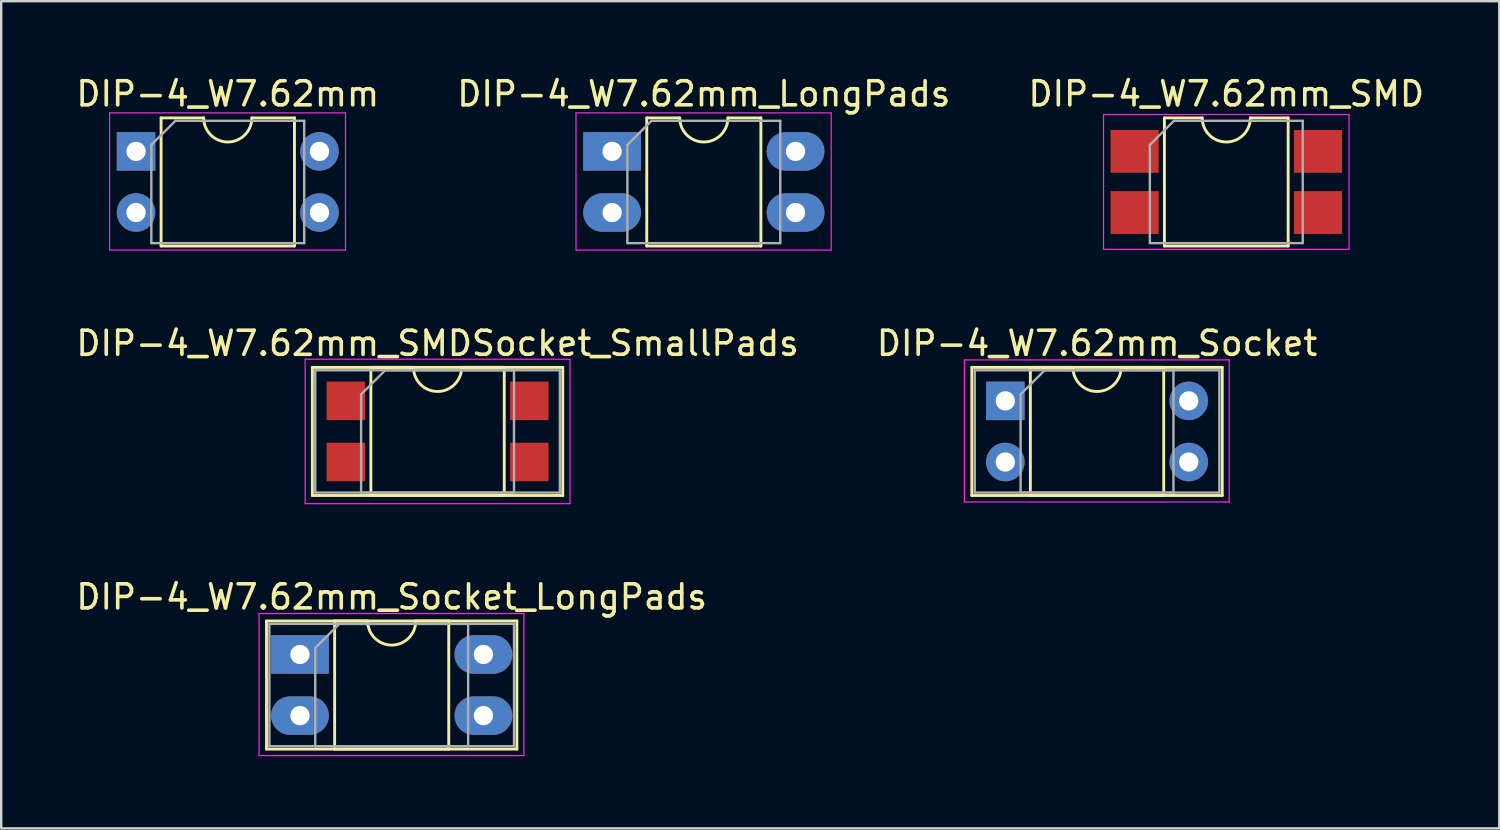
<source format=kicad_pcb>
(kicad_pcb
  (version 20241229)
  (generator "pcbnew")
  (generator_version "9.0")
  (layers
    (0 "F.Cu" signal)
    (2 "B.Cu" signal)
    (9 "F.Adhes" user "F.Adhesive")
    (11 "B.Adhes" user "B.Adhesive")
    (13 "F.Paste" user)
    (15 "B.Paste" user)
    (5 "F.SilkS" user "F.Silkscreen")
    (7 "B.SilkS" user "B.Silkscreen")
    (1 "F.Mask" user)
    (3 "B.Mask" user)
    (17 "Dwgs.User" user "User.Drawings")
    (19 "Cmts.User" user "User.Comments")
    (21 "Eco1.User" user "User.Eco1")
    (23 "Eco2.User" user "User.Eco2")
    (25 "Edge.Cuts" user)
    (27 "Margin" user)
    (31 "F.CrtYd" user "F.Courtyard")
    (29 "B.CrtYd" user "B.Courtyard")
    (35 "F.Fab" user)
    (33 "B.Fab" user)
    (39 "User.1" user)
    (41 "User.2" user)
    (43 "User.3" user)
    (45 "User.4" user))
  (footprint "DIP-4_W7.62mm_LongPads"
    (layer "F.Cu")
    (at 22.375 3.238)
    (property "Reference" "DIP-4_W7.62mm_LongPads" (at 3.81 -2.39 0) (layer "F.SilkS") (effects (font (size 1 1) (thickness 0.15))))
    (attr through_hole)
    (fp_line (start 1.44 -1.39) (end 1.44 3.93) (stroke (width 0.12) (type solid)) (layer "F.SilkS"))
    (fp_line (start 1.44 3.93) (end 6.18 3.93) (stroke (width 0.12) (type solid)) (layer "F.SilkS"))
    (fp_line (start 2.81 -1.39) (end 1.44 -1.39) (stroke (width 0.12) (type solid)) (layer "F.SilkS"))
    (fp_line (start 6.18 -1.39) (end 4.81 -1.39) (stroke (width 0.12) (type solid)) (layer "F.SilkS"))
    (fp_line (start 6.18 3.93) (end 6.18 -1.39) (stroke (width 0.12) (type solid)) (layer "F.SilkS"))
    (fp_arc (start 4.81 -1.39) (mid 3.81 -0.39) (end 2.81 -1.39) (stroke (width 0.12) (type solid)) (layer "F.SilkS"))
    (fp_line (start -1.5 -1.6) (end -1.5 4.1) (stroke (width 0.05) (type solid)) (layer "F.CrtYd"))
    (fp_line (start -1.5 4.1) (end 9.1 4.1) (stroke (width 0.05) (type solid)) (layer "F.CrtYd"))
    (fp_line (start 9.1 -1.6) (end -1.5 -1.6) (stroke (width 0.05) (type solid)) (layer "F.CrtYd"))
    (fp_line (start 9.1 4.1) (end 9.1 -1.6) (stroke (width 0.05) (type solid)) (layer "F.CrtYd"))
    (fp_line (start 0.635 -0.27) (end 1.635 -1.27) (stroke (width 0.1) (type solid)) (layer "F.Fab"))
    (fp_line (start 0.635 3.81) (end 0.635 -0.27) (stroke (width 0.1) (type solid)) (layer "F.Fab"))
    (fp_line (start 1.635 -1.27) (end 6.985 -1.27) (stroke (width 0.1) (type solid)) (layer "F.Fab"))
    (fp_line (start 6.985 -1.27) (end 6.985 3.81) (stroke (width 0.1) (type solid)) (layer "F.Fab"))
    (fp_line (start 6.985 3.81) (end 0.635 3.81) (stroke (width 0.1) (type solid)) (layer "F.Fab"))
    (pad "1" thru_hole rect (at 0 0) (size 2.4 1.6) (drill 0.8) (layers "*.Cu" "*.Mask"))
    (pad "2" thru_hole oval (at 0 2.54) (size 2.4 1.6) (drill 0.8) (layers "*.Cu" "*.Mask"))
    (pad "3" thru_hole oval (at 7.62 2.54) (size 2.4 1.6) (drill 0.8) (layers "*.Cu" "*.Mask"))
    (pad "4" thru_hole oval (at 7.62 0) (size 2.4 1.6) (drill 0.8) (layers "*.Cu" "*.Mask")))
  (footprint "DIP-4_W7.62mm_Socket_LongPads"
    (layer "F.Cu")
    (at 9.41 24.135)
    (property "Reference" "DIP-4_W7.62mm_Socket_LongPads" (at 3.81 -2.39 0) (layer "F.SilkS") (effects (font (size 1 1) (thickness 0.15))))
    (attr through_hole)
    (fp_line (start -1.39 -1.39) (end -1.39 3.93) (stroke (width 0.12) (type solid)) (layer "F.SilkS"))
    (fp_line (start -1.39 3.93) (end 9.01 3.93) (stroke (width 0.12) (type solid)) (layer "F.SilkS"))
    (fp_line (start 1.44 -1.39) (end 1.44 3.93) (stroke (width 0.12) (type solid)) (layer "F.SilkS"))
    (fp_line (start 1.44 3.93) (end 6.18 3.93) (stroke (width 0.12) (type solid)) (layer "F.SilkS"))
    (fp_line (start 2.81 -1.39) (end 1.44 -1.39) (stroke (width 0.12) (type solid)) (layer "F.SilkS"))
    (fp_line (start 6.18 -1.39) (end 4.81 -1.39) (stroke (width 0.12) (type solid)) (layer "F.SilkS"))
    (fp_line (start 6.18 3.93) (end 6.18 -1.39) (stroke (width 0.12) (type solid)) (layer "F.SilkS"))
    (fp_line (start 9.01 -1.39) (end -1.39 -1.39) (stroke (width 0.12) (type solid)) (layer "F.SilkS"))
    (fp_line (start 9.01 3.93) (end 9.01 -1.39) (stroke (width 0.12) (type solid)) (layer "F.SilkS"))
    (fp_arc (start 4.81 -1.39) (mid 3.81 -0.39) (end 2.81 -1.39) (stroke (width 0.12) (type solid)) (layer "F.SilkS"))
    (fp_line (start -1.7 -1.7) (end -1.7 4.2) (stroke (width 0.05) (type solid)) (layer "F.CrtYd"))
    (fp_line (start -1.7 4.2) (end 9.3 4.2) (stroke (width 0.05) (type solid)) (layer "F.CrtYd"))
    (fp_line (start 9.3 -1.7) (end -1.7 -1.7) (stroke (width 0.05) (type solid)) (layer "F.CrtYd"))
    (fp_line (start 9.3 4.2) (end 9.3 -1.7) (stroke (width 0.05) (type solid)) (layer "F.CrtYd"))
    (fp_line (start -1.27 -1.27) (end -1.27 3.81) (stroke (width 0.1) (type solid)) (layer "F.Fab"))
    (fp_line (start -1.27 3.81) (end 8.89 3.81) (stroke (width 0.1) (type solid)) (layer "F.Fab"))
    (fp_line (start 0.635 -0.27) (end 1.635 -1.27) (stroke (width 0.1) (type solid)) (layer "F.Fab"))
    (fp_line (start 0.635 3.81) (end 0.635 -0.27) (stroke (width 0.1) (type solid)) (layer "F.Fab"))
    (fp_line (start 1.635 -1.27) (end 6.985 -1.27) (stroke (width 0.1) (type solid)) (layer "F.Fab"))
    (fp_line (start 6.985 -1.27) (end 6.985 3.81) (stroke (width 0.1) (type solid)) (layer "F.Fab"))
    (fp_line (start 6.985 3.81) (end 0.635 3.81) (stroke (width 0.1) (type solid)) (layer "F.Fab"))
    (fp_line (start 8.89 -1.27) (end -1.27 -1.27) (stroke (width 0.1) (type solid)) (layer "F.Fab"))
    (fp_line (start 8.89 3.81) (end 8.89 -1.27) (stroke (width 0.1) (type solid)) (layer "F.Fab"))
    (pad "1" thru_hole rect (at 0 0) (size 2.4 1.6) (drill 0.8) (layers "*.Cu" "*.Mask"))
    (pad "2" thru_hole oval (at 0 2.54) (size 2.4 1.6) (drill 0.8) (layers "*.Cu" "*.Mask"))
    (pad "3" thru_hole oval (at 7.62 2.54) (size 2.4 1.6) (drill 0.8) (layers "*.Cu" "*.Mask"))
    (pad "4" thru_hole oval (at 7.62 0) (size 2.4 1.6) (drill 0.8) (layers "*.Cu" "*.Mask")))
  (footprint "DIP-4_W7.62mm_SMD"
    (layer "F.Cu")
    (at 47.887 4.508)
    (property "Reference" "DIP-4_W7.62mm_SMD" (at 0 -3.66 0) (layer "F.SilkS") (effects (font (size 1 1) (thickness 0.15))))
    (attr smd)
    (fp_line (start -2.57 -2.66) (end -2.57 2.66) (stroke (width 0.12) (type solid)) (layer "F.SilkS"))
    (fp_line (start -2.57 2.66) (end 2.57 2.66) (stroke (width 0.12) (type solid)) (layer "F.SilkS"))
    (fp_line (start -1 -2.66) (end -2.57 -2.66) (stroke (width 0.12) (type solid)) (layer "F.SilkS"))
    (fp_line (start 2.57 -2.66) (end 1 -2.66) (stroke (width 0.12) (type solid)) (layer "F.SilkS"))
    (fp_line (start 2.57 2.66) (end 2.57 -2.66) (stroke (width 0.12) (type solid)) (layer "F.SilkS"))
    (fp_arc (start 1 -2.66) (mid 0 -1.66) (end -1 -2.66) (stroke (width 0.12) (type solid)) (layer "F.SilkS"))
    (fp_line (start -5.1 -2.8) (end -5.1 2.8) (stroke (width 0.05) (type solid)) (layer "F.CrtYd"))
    (fp_line (start -5.1 2.8) (end 5.1 2.8) (stroke (width 0.05) (type solid)) (layer "F.CrtYd"))
    (fp_line (start 5.1 -2.8) (end -5.1 -2.8) (stroke (width 0.05) (type solid)) (layer "F.CrtYd"))
    (fp_line (start 5.1 2.8) (end 5.1 -2.8) (stroke (width 0.05) (type solid)) (layer "F.CrtYd"))
    (fp_line (start -3.175 -1.54) (end -2.175 -2.54) (stroke (width 0.1) (type solid)) (layer "F.Fab"))
    (fp_line (start -3.175 2.54) (end -3.175 -1.54) (stroke (width 0.1) (type solid)) (layer "F.Fab"))
    (fp_line (start -2.175 -2.54) (end 3.175 -2.54) (stroke (width 0.1) (type solid)) (layer "F.Fab"))
    (fp_line (start 3.175 -2.54) (end 3.175 2.54) (stroke (width 0.1) (type solid)) (layer "F.Fab"))
    (fp_line (start 3.175 2.54) (end -3.175 2.54) (stroke (width 0.1) (type solid)) (layer "F.Fab"))
    (pad "1" smd rect (at -3.81 -1.27) (size 2 1.78) (layers "F.Cu" "F.Mask"))
    (pad "2" smd rect (at -3.81 1.27) (size 2 1.78) (layers "F.Cu" "F.Mask"))
    (pad "3" smd rect (at 3.81 1.27) (size 2 1.78) (layers "F.Cu" "F.Mask"))
    (pad "4" smd rect (at 3.81 -1.27) (size 2 1.78) (layers "F.Cu" "F.Mask")))
  (footprint "DIP-4_W7.62mm"
    (layer "F.Cu")
    (at 2.601 3.238)
    (property "Reference" "DIP-4_W7.62mm" (at 3.81 -2.39 0) (layer "F.SilkS") (effects (font (size 1 1) (thickness 0.15))))
    (attr through_hole)
    (fp_line (start 1.04 -1.39) (end 1.04 3.93) (stroke (width 0.12) (type solid)) (layer "F.SilkS"))
    (fp_line (start 1.04 3.93) (end 6.58 3.93) (stroke (width 0.12) (type solid)) (layer "F.SilkS"))
    (fp_line (start 2.81 -1.39) (end 1.04 -1.39) (stroke (width 0.12) (type solid)) (layer "F.SilkS"))
    (fp_line (start 6.58 -1.39) (end 4.81 -1.39) (stroke (width 0.12) (type solid)) (layer "F.SilkS"))
    (fp_line (start 6.58 3.93) (end 6.58 -1.39) (stroke (width 0.12) (type solid)) (layer "F.SilkS"))
    (fp_arc (start 4.81 -1.39) (mid 3.81 -0.39) (end 2.81 -1.39) (stroke (width 0.12) (type solid)) (layer "F.SilkS"))
    (fp_line (start -1.1 -1.6) (end -1.1 4.1) (stroke (width 0.05) (type solid)) (layer "F.CrtYd"))
    (fp_line (start -1.1 4.1) (end 8.7 4.1) (stroke (width 0.05) (type solid)) (layer "F.CrtYd"))
    (fp_line (start 8.7 -1.6) (end -1.1 -1.6) (stroke (width 0.05) (type solid)) (layer "F.CrtYd"))
    (fp_line (start 8.7 4.1) (end 8.7 -1.6) (stroke (width 0.05) (type solid)) (layer "F.CrtYd"))
    (fp_line (start 0.635 -0.27) (end 1.635 -1.27) (stroke (width 0.1) (type solid)) (layer "F.Fab"))
    (fp_line (start 0.635 3.81) (end 0.635 -0.27) (stroke (width 0.1) (type solid)) (layer "F.Fab"))
    (fp_line (start 1.635 -1.27) (end 6.985 -1.27) (stroke (width 0.1) (type solid)) (layer "F.Fab"))
    (fp_line (start 6.985 -1.27) (end 6.985 3.81) (stroke (width 0.1) (type solid)) (layer "F.Fab"))
    (fp_line (start 6.985 3.81) (end 0.635 3.81) (stroke (width 0.1) (type solid)) (layer "F.Fab"))
    (pad "1" thru_hole rect (at 0 0) (size 1.6 1.6) (drill 0.8) (layers "*.Cu" "*.Mask"))
    (pad "2" thru_hole oval (at 0 2.54) (size 1.6 1.6) (drill 0.8) (layers "*.Cu" "*.Mask"))
    (pad "3" thru_hole oval (at 7.62 2.54) (size 1.6 1.6) (drill 0.8) (layers "*.Cu" "*.Mask"))
    (pad "4" thru_hole oval (at 7.62 0) (size 1.6 1.6) (drill 0.8) (layers "*.Cu" "*.Mask")))
  (footprint "DIP-4_W7.62mm_Socket"
    (layer "F.Cu")
    (at 38.708 13.601)
    (property "Reference" "DIP-4_W7.62mm_Socket" (at 3.81 -2.39 0) (layer "F.SilkS") (effects (font (size 1 1) (thickness 0.15))))
    (attr through_hole)
    (fp_line (start -1.39 -1.39) (end -1.39 3.93) (stroke (width 0.12) (type solid)) (layer "F.SilkS"))
    (fp_line (start -1.39 3.93) (end 9.01 3.93) (stroke (width 0.12) (type solid)) (layer "F.SilkS"))
    (fp_line (start 1.04 -1.39) (end 1.04 3.93) (stroke (width 0.12) (type solid)) (layer "F.SilkS"))
    (fp_line (start 1.04 3.93) (end 6.58 3.93) (stroke (width 0.12) (type solid)) (layer "F.SilkS"))
    (fp_line (start 2.81 -1.39) (end 1.04 -1.39) (stroke (width 0.12) (type solid)) (layer "F.SilkS"))
    (fp_line (start 6.58 -1.39) (end 4.81 -1.39) (stroke (width 0.12) (type solid)) (layer "F.SilkS"))
    (fp_line (start 6.58 3.93) (end 6.58 -1.39) (stroke (width 0.12) (type solid)) (layer "F.SilkS"))
    (fp_line (start 9.01 -1.39) (end -1.39 -1.39) (stroke (width 0.12) (type solid)) (layer "F.SilkS"))
    (fp_line (start 9.01 3.93) (end 9.01 -1.39) (stroke (width 0.12) (type solid)) (layer "F.SilkS"))
    (fp_arc (start 4.81 -1.39) (mid 3.81 -0.39) (end 2.81 -1.39) (stroke (width 0.12) (type solid)) (layer "F.SilkS"))
    (fp_line (start -1.7 -1.7) (end -1.7 4.2) (stroke (width 0.05) (type solid)) (layer "F.CrtYd"))
    (fp_line (start -1.7 4.2) (end 9.3 4.2) (stroke (width 0.05) (type solid)) (layer "F.CrtYd"))
    (fp_line (start 9.3 -1.7) (end -1.7 -1.7) (stroke (width 0.05) (type solid)) (layer "F.CrtYd"))
    (fp_line (start 9.3 4.2) (end 9.3 -1.7) (stroke (width 0.05) (type solid)) (layer "F.CrtYd"))
    (fp_line (start -1.27 -1.27) (end -1.27 3.81) (stroke (width 0.1) (type solid)) (layer "F.Fab"))
    (fp_line (start -1.27 3.81) (end 8.89 3.81) (stroke (width 0.1) (type solid)) (layer "F.Fab"))
    (fp_line (start 0.635 -0.27) (end 1.635 -1.27) (stroke (width 0.1) (type solid)) (layer "F.Fab"))
    (fp_line (start 0.635 3.81) (end 0.635 -0.27) (stroke (width 0.1) (type solid)) (layer "F.Fab"))
    (fp_line (start 1.635 -1.27) (end 6.985 -1.27) (stroke (width 0.1) (type solid)) (layer "F.Fab"))
    (fp_line (start 6.985 -1.27) (end 6.985 3.81) (stroke (width 0.1) (type solid)) (layer "F.Fab"))
    (fp_line (start 6.985 3.81) (end 0.635 3.81) (stroke (width 0.1) (type solid)) (layer "F.Fab"))
    (fp_line (start 8.89 -1.27) (end -1.27 -1.27) (stroke (width 0.1) (type solid)) (layer "F.Fab"))
    (fp_line (start 8.89 3.81) (end 8.89 -1.27) (stroke (width 0.1) (type solid)) (layer "F.Fab"))
    (pad "1" thru_hole rect (at 0 0) (size 1.6 1.6) (drill 0.8) (layers "*.Cu" "*.Mask"))
    (pad "2" thru_hole oval (at 0 2.54) (size 1.6 1.6) (drill 0.8) (layers "*.Cu" "*.Mask"))
    (pad "3" thru_hole oval (at 7.62 2.54) (size 1.6 1.6) (drill 0.8) (layers "*.Cu" "*.Mask"))
    (pad "4" thru_hole oval (at 7.62 0) (size 1.6 1.6) (drill 0.8) (layers "*.Cu" "*.Mask")))
  (footprint "DIP-4_W7.62mm_SMDSocket_SmallPads"
    (layer "F.Cu")
    (at 15.125 14.871)
    (property "Reference" "DIP-4_W7.62mm_SMDSocket_SmallPads" (at 0 -3.66 0) (layer "F.SilkS") (effects (font (size 1 1) (thickness 0.15))))
    (attr smd)
    (fp_line (start -5.2 -2.66) (end -5.2 2.66) (stroke (width 0.12) (type solid)) (layer "F.SilkS"))
    (fp_line (start -5.2 2.66) (end 5.2 2.66) (stroke (width 0.12) (type solid)) (layer "F.SilkS"))
    (fp_line (start -2.77 -2.66) (end -2.77 2.66) (stroke (width 0.12) (type solid)) (layer "F.SilkS"))
    (fp_line (start -2.77 2.66) (end 2.77 2.66) (stroke (width 0.12) (type solid)) (layer "F.SilkS"))
    (fp_line (start -1 -2.66) (end -2.77 -2.66) (stroke (width 0.12) (type solid)) (layer "F.SilkS"))
    (fp_line (start 2.77 -2.66) (end 1 -2.66) (stroke (width 0.12) (type solid)) (layer "F.SilkS"))
    (fp_line (start 2.77 2.66) (end 2.77 -2.66) (stroke (width 0.12) (type solid)) (layer "F.SilkS"))
    (fp_line (start 5.2 -2.66) (end -5.2 -2.66) (stroke (width 0.12) (type solid)) (layer "F.SilkS"))
    (fp_line (start 5.2 2.66) (end 5.2 -2.66) (stroke (width 0.12) (type solid)) (layer "F.SilkS"))
    (fp_arc (start 1 -2.66) (mid 0 -1.66) (end -1 -2.66) (stroke (width 0.12) (type solid)) (layer "F.SilkS"))
    (fp_line (start -5.5 -3) (end -5.5 3) (stroke (width 0.05) (type solid)) (layer "F.CrtYd"))
    (fp_line (start -5.5 3) (end 5.5 3) (stroke (width 0.05) (type solid)) (layer "F.CrtYd"))
    (fp_line (start 5.5 -3) (end -5.5 -3) (stroke (width 0.05) (type solid)) (layer "F.CrtYd"))
    (fp_line (start 5.5 3) (end 5.5 -3) (stroke (width 0.05) (type solid)) (layer "F.CrtYd"))
    (fp_line (start -5.08 -2.54) (end -5.08 2.54) (stroke (width 0.1) (type solid)) (layer "F.Fab"))
    (fp_line (start -5.08 2.54) (end 5.08 2.54) (stroke (width 0.1) (type solid)) (layer "F.Fab"))
    (fp_line (start -3.175 -1.54) (end -2.175 -2.54) (stroke (width 0.1) (type solid)) (layer "F.Fab"))
    (fp_line (start -3.175 2.54) (end -3.175 -1.54) (stroke (width 0.1) (type solid)) (layer "F.Fab"))
    (fp_line (start -2.175 -2.54) (end 3.175 -2.54) (stroke (width 0.1) (type solid)) (layer "F.Fab"))
    (fp_line (start 3.175 -2.54) (end 3.175 2.54) (stroke (width 0.1) (type solid)) (layer "F.Fab"))
    (fp_line (start 3.175 2.54) (end -3.175 2.54) (stroke (width 0.1) (type solid)) (layer "F.Fab"))
    (fp_line (start 5.08 -2.54) (end -5.08 -2.54) (stroke (width 0.1) (type solid)) (layer "F.Fab"))
    (fp_line (start 5.08 2.54) (end 5.08 -2.54) (stroke (width 0.1) (type solid)) (layer "F.Fab"))
    (pad "1" smd rect (at -3.81 -1.27) (size 1.6 1.6) (layers "F.Cu" "F.Mask"))
    (pad "2" smd rect (at -3.81 1.27) (size 1.6 1.6) (layers "F.Cu" "F.Mask"))
    (pad "3" smd rect (at 3.81 1.27) (size 1.6 1.6) (layers "F.Cu" "F.Mask"))
    (pad "4" smd rect (at 3.81 -1.27) (size 1.6 1.6) (layers "F.Cu" "F.Mask")))
  (gr_rect
    (start -3 -3)
    (end 59.226 31.36)
    (stroke (width 0.1) (type default))
    (fill no)
    (layer "Edge.Cuts")))
</source>
